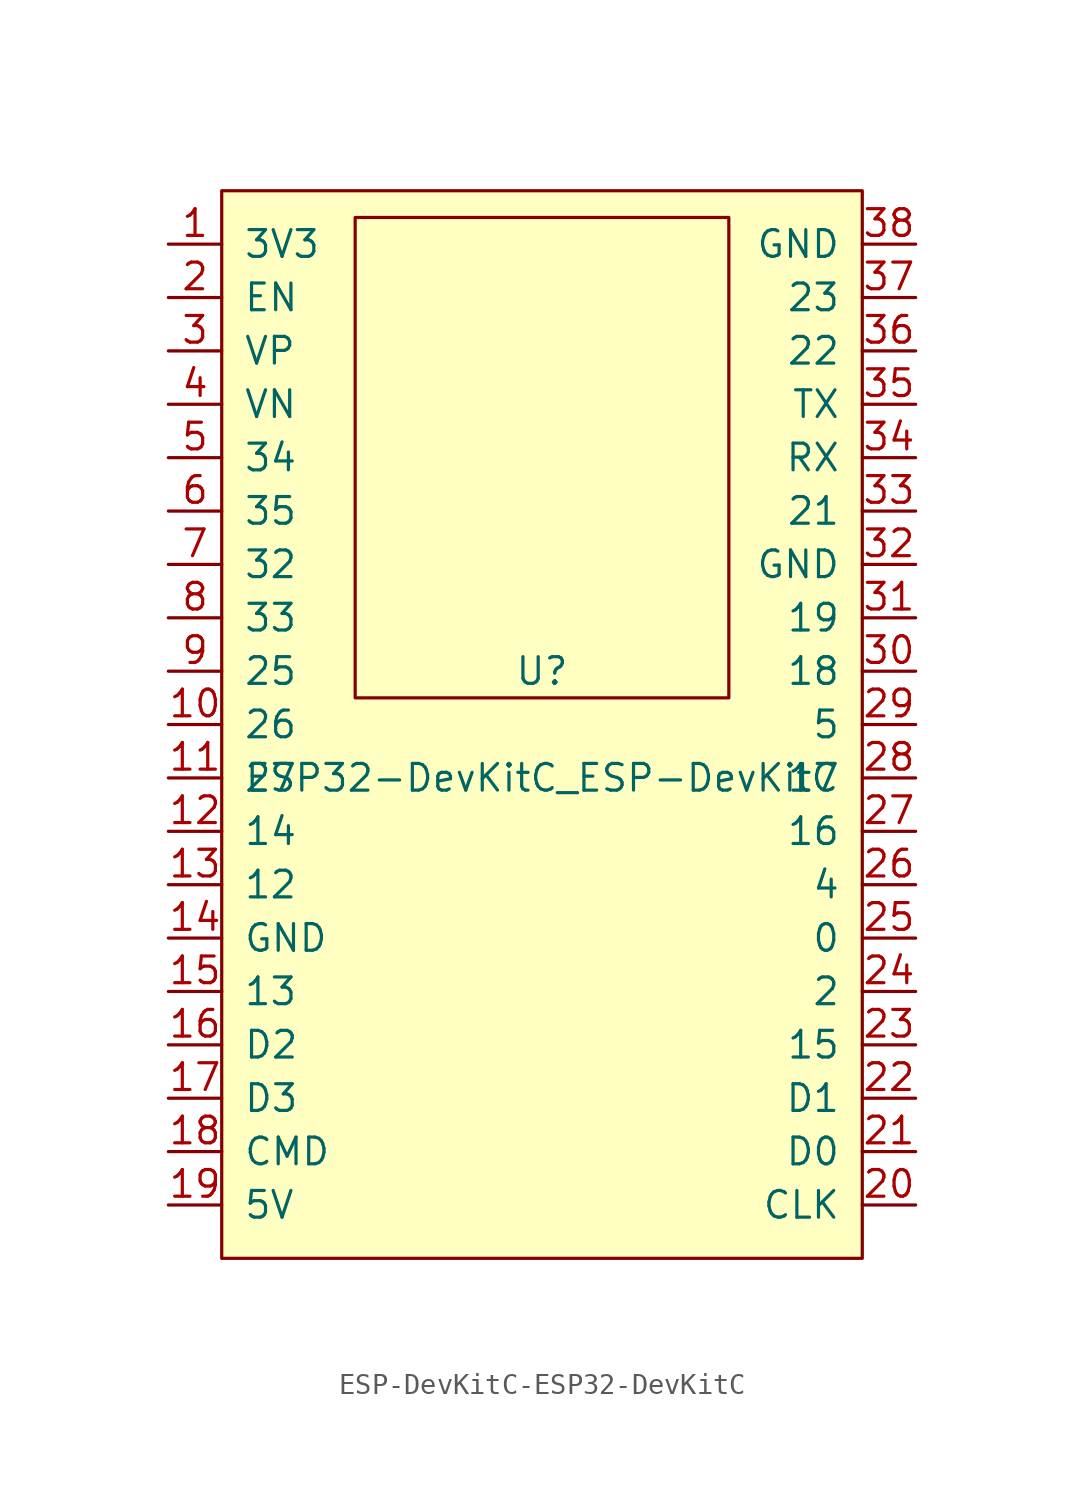
<source format=kicad_sym>
(kicad_symbol_lib
  (version 20220914)
  (generator kicad_symbol_editor)
  (symbol "ESP-DevKitC-ESP32-DevKitC"
    (pin_names
      (offset 1.016))
    (property "Reference" "U"
      (at 0 2.54 0)
      (effects (font (size 1.27 1.27))))
    (property "Value" "ESP32-DevKitC_ESP-DevKitC"
      (at 0 -2.54 0)
      (effects (font (size 1.27 1.27))))
    (symbol "ESP-DevKitC-ESP32-DevKitC_0_1"
      (rectangle (start -15.24 25.4) (end 15.24 -25.4) (stroke (width 0) (type solid)) (fill (type background)))
      (rectangle (start -8.89 24.13) (end 8.89 1.27) (stroke (width 0) (type solid)) (fill (type background))))
    (symbol "ESP-DevKitC-ESP32-DevKitC_1_1"
      (pin input line (at -17.78 22.86 0) (length 2.54) (name "3V3" (effects (font (size 1.27 1.27)))) (number "1" (effects (font (size 1.27 1.27)))))
      (pin input line (at -17.78 0 0) (length 2.54) (name "26" (effects (font (size 1.27 1.27)))) (number "10" (effects (font (size 1.27 1.27)))))
      (pin input line (at -17.78 -2.54 0) (length 2.54) (name "27" (effects (font (size 1.27 1.27)))) (number "11" (effects (font (size 1.27 1.27)))))
      (pin input line (at -17.78 -5.08 0) (length 2.54) (name "14" (effects (font (size 1.27 1.27)))) (number "12" (effects (font (size 1.27 1.27)))))
      (pin input line (at -17.78 -7.62 0) (length 2.54) (name "12" (effects (font (size 1.27 1.27)))) (number "13" (effects (font (size 1.27 1.27)))))
      (pin input line (at -17.78 -10.16 0) (length 2.54) (name "GND" (effects (font (size 1.27 1.27)))) (number "14" (effects (font (size 1.27 1.27)))))
      (pin input line (at -17.78 -12.7 0) (length 2.54) (name "13" (effects (font (size 1.27 1.27)))) (number "15" (effects (font (size 1.27 1.27)))))
      (pin input line (at -17.78 -15.24 0) (length 2.54) (name "D2" (effects (font (size 1.27 1.27)))) (number "16" (effects (font (size 1.27 1.27)))))
      (pin input line (at -17.78 -17.78 0) (length 2.54) (name "D3" (effects (font (size 1.27 1.27)))) (number "17" (effects (font (size 1.27 1.27)))))
      (pin input line (at -17.78 -20.32 0) (length 2.54) (name "CMD" (effects (font (size 1.27 1.27)))) (number "18" (effects (font (size 1.27 1.27)))))
      (pin input line (at -17.78 -22.86 0) (length 2.54) (name "5V" (effects (font (size 1.27 1.27)))) (number "19" (effects (font (size 1.27 1.27)))))
      (pin input line (at -17.78 20.32 0) (length 2.54) (name "EN" (effects (font (size 1.27 1.27)))) (number "2" (effects (font (size 1.27 1.27)))))
      (pin input line (at 17.78 -22.86 180) (length 2.54) (name "CLK" (effects (font (size 1.27 1.27)))) (number "20" (effects (font (size 1.27 1.27)))))
      (pin input line (at 17.78 -20.32 180) (length 2.54) (name "D0" (effects (font (size 1.27 1.27)))) (number "21" (effects (font (size 1.27 1.27)))))
      (pin input line (at 17.78 -17.78 180) (length 2.54) (name "D1" (effects (font (size 1.27 1.27)))) (number "22" (effects (font (size 1.27 1.27)))))
      (pin input line (at 17.78 -15.24 180) (length 2.54) (name "15" (effects (font (size 1.27 1.27)))) (number "23" (effects (font (size 1.27 1.27)))))
      (pin input line (at 17.78 -12.7 180) (length 2.54) (name "2" (effects (font (size 1.27 1.27)))) (number "24" (effects (font (size 1.27 1.27)))))
      (pin input line (at 17.78 -10.16 180) (length 2.54) (name "0" (effects (font (size 1.27 1.27)))) (number "25" (effects (font (size 1.27 1.27)))))
      (pin input line (at 17.78 -7.62 180) (length 2.54) (name "4" (effects (font (size 1.27 1.27)))) (number "26" (effects (font (size 1.27 1.27)))))
      (pin input line (at 17.78 -5.08 180) (length 2.54) (name "16" (effects (font (size 1.27 1.27)))) (number "27" (effects (font (size 1.27 1.27)))))
      (pin input line (at 17.78 -2.54 180) (length 2.54) (name "17" (effects (font (size 1.27 1.27)))) (number "28" (effects (font (size 1.27 1.27)))))
      (pin input line (at 17.78 0 180) (length 2.54) (name "5" (effects (font (size 1.27 1.27)))) (number "29" (effects (font (size 1.27 1.27)))))
      (pin input line (at -17.78 17.78 0) (length 2.54) (name "VP" (effects (font (size 1.27 1.27)))) (number "3" (effects (font (size 1.27 1.27)))))
      (pin input line (at 17.78 2.54 180) (length 2.54) (name "18" (effects (font (size 1.27 1.27)))) (number "30" (effects (font (size 1.27 1.27)))))
      (pin input line (at 17.78 5.08 180) (length 2.54) (name "19" (effects (font (size 1.27 1.27)))) (number "31" (effects (font (size 1.27 1.27)))))
      (pin input line (at 17.78 7.62 180) (length 2.54) (name "GND" (effects (font (size 1.27 1.27)))) (number "32" (effects (font (size 1.27 1.27)))))
      (pin input line (at 17.78 10.16 180) (length 2.54) (name "21" (effects (font (size 1.27 1.27)))) (number "33" (effects (font (size 1.27 1.27)))))
      (pin input line (at 17.78 12.7 180) (length 2.54) (name "RX" (effects (font (size 1.27 1.27)))) (number "34" (effects (font (size 1.27 1.27)))))
      (pin input line (at 17.78 15.24 180) (length 2.54) (name "TX" (effects (font (size 1.27 1.27)))) (number "35" (effects (font (size 1.27 1.27)))))
      (pin input line (at 17.78 17.78 180) (length 2.54) (name "22" (effects (font (size 1.27 1.27)))) (number "36" (effects (font (size 1.27 1.27)))))
      (pin input line (at 17.78 20.32 180) (length 2.54) (name "23" (effects (font (size 1.27 1.27)))) (number "37" (effects (font (size 1.27 1.27)))))
      (pin input line (at 17.78 22.86 180) (length 2.54) (name "GND" (effects (font (size 1.27 1.27)))) (number "38" (effects (font (size 1.27 1.27)))))
      (pin input line (at -17.78 15.24 0) (length 2.54) (name "VN" (effects (font (size 1.27 1.27)))) (number "4" (effects (font (size 1.27 1.27)))))
      (pin input line (at -17.78 12.7 0) (length 2.54) (name "34" (effects (font (size 1.27 1.27)))) (number "5" (effects (font (size 1.27 1.27)))))
      (pin input line (at -17.78 10.16 0) (length 2.54) (name "35" (effects (font (size 1.27 1.27)))) (number "6" (effects (font (size 1.27 1.27)))))
      (pin input line (at -17.78 7.62 0) (length 2.54) (name "32" (effects (font (size 1.27 1.27)))) (number "7" (effects (font (size 1.27 1.27)))))
      (pin input line (at -17.78 5.08 0) (length 2.54) (name "33" (effects (font (size 1.27 1.27)))) (number "8" (effects (font (size 1.27 1.27)))))
      (pin input line (at -17.78 2.54 0) (length 2.54) (name "25" (effects (font (size 1.27 1.27)))) (number "9" (effects (font (size 1.27 1.27))))))))
</source>
